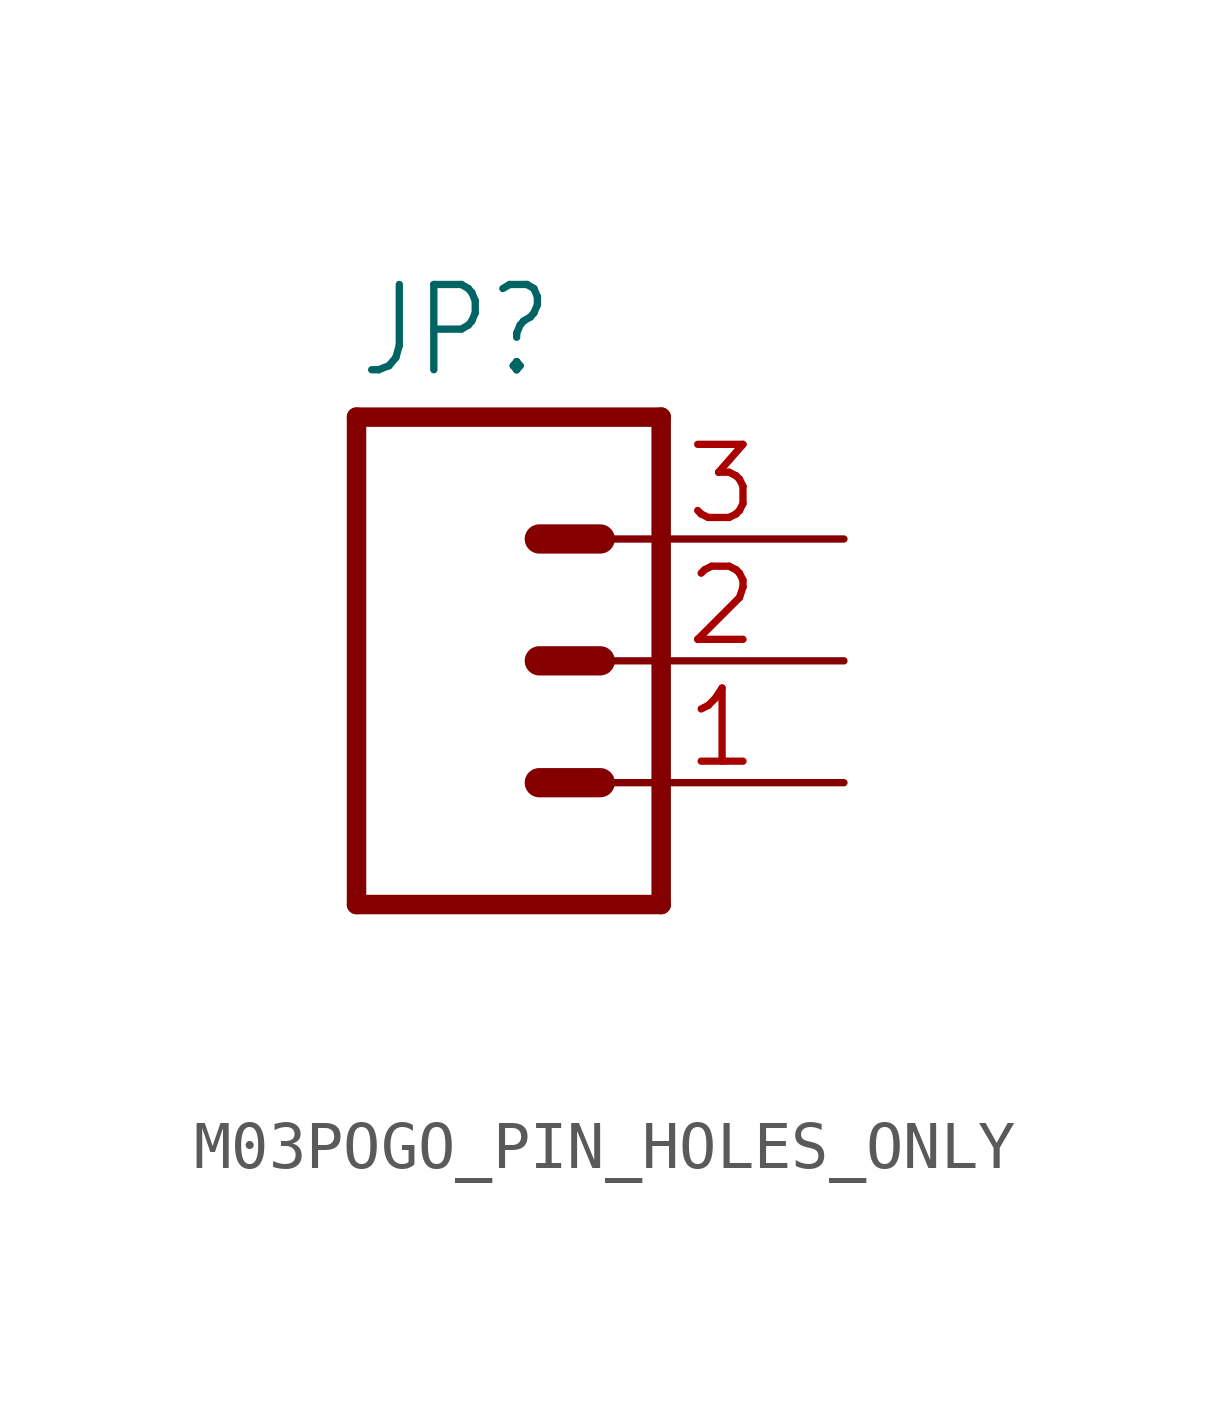
<source format=kicad_sym>
(kicad_symbol_lib
  (version 20241209)
  (generator "kicad_symbol_editor")
  (generator_version "9.0")
  (symbol "M03POGO_PIN_HOLES_ONLY"
    (property "Reference" "JP"
      (at -2.54 5.842 0)
      (effects (font (size 1.778 1.511)) (justify left bottom)))
    (property "Value" ""
      (at -2.54 -7.62 0)
      (effects (font (size 1.778 1.511)) (justify left bottom)))
    (property "ki_locked" ""
      (at 0 0 0)
      (effects (font (size 1.27 1.27))))
    (symbol "M03POGO_PIN_HOLES_ONLY_1_0"
      (polyline (pts (xy -2.54 5.08) (xy -2.54 -5.08)) (stroke (width 0.406) (type solid)) (fill (type none)))
      (polyline (pts (xy -2.54 5.08) (xy 3.81 5.08)) (stroke (width 0.406) (type solid)) (fill (type none)))
      (polyline (pts (xy 1.27 2.54) (xy 2.54 2.54)) (stroke (width 0.61) (type solid)) (fill (type none)))
      (polyline (pts (xy 1.27 0) (xy 2.54 0)) (stroke (width 0.61) (type solid)) (fill (type none)))
      (polyline (pts (xy 1.27 -2.54) (xy 2.54 -2.54)) (stroke (width 0.61) (type solid)) (fill (type none)))
      (polyline (pts (xy 3.81 -5.08) (xy -2.54 -5.08)) (stroke (width 0.406) (type solid)) (fill (type none)))
      (polyline (pts (xy 3.81 -5.08) (xy 3.81 5.08)) (stroke (width 0.406) (type solid)) (fill (type none)))
      (pin passive line (at 7.62 2.54 180) (length 5.08) (name "3" (effects (font (size 0 0)))) (number "3" (effects (font (size 1.524 1.524)))))
      (pin passive line (at 7.62 0 180) (length 5.08) (name "2" (effects (font (size 0 0)))) (number "2" (effects (font (size 1.524 1.524)))))
      (pin passive line (at 7.62 -2.54 180) (length 5.08) (name "1" (effects (font (size 0 0)))) (number "1" (effects (font (size 1.524 1.524))))))))
</source>
